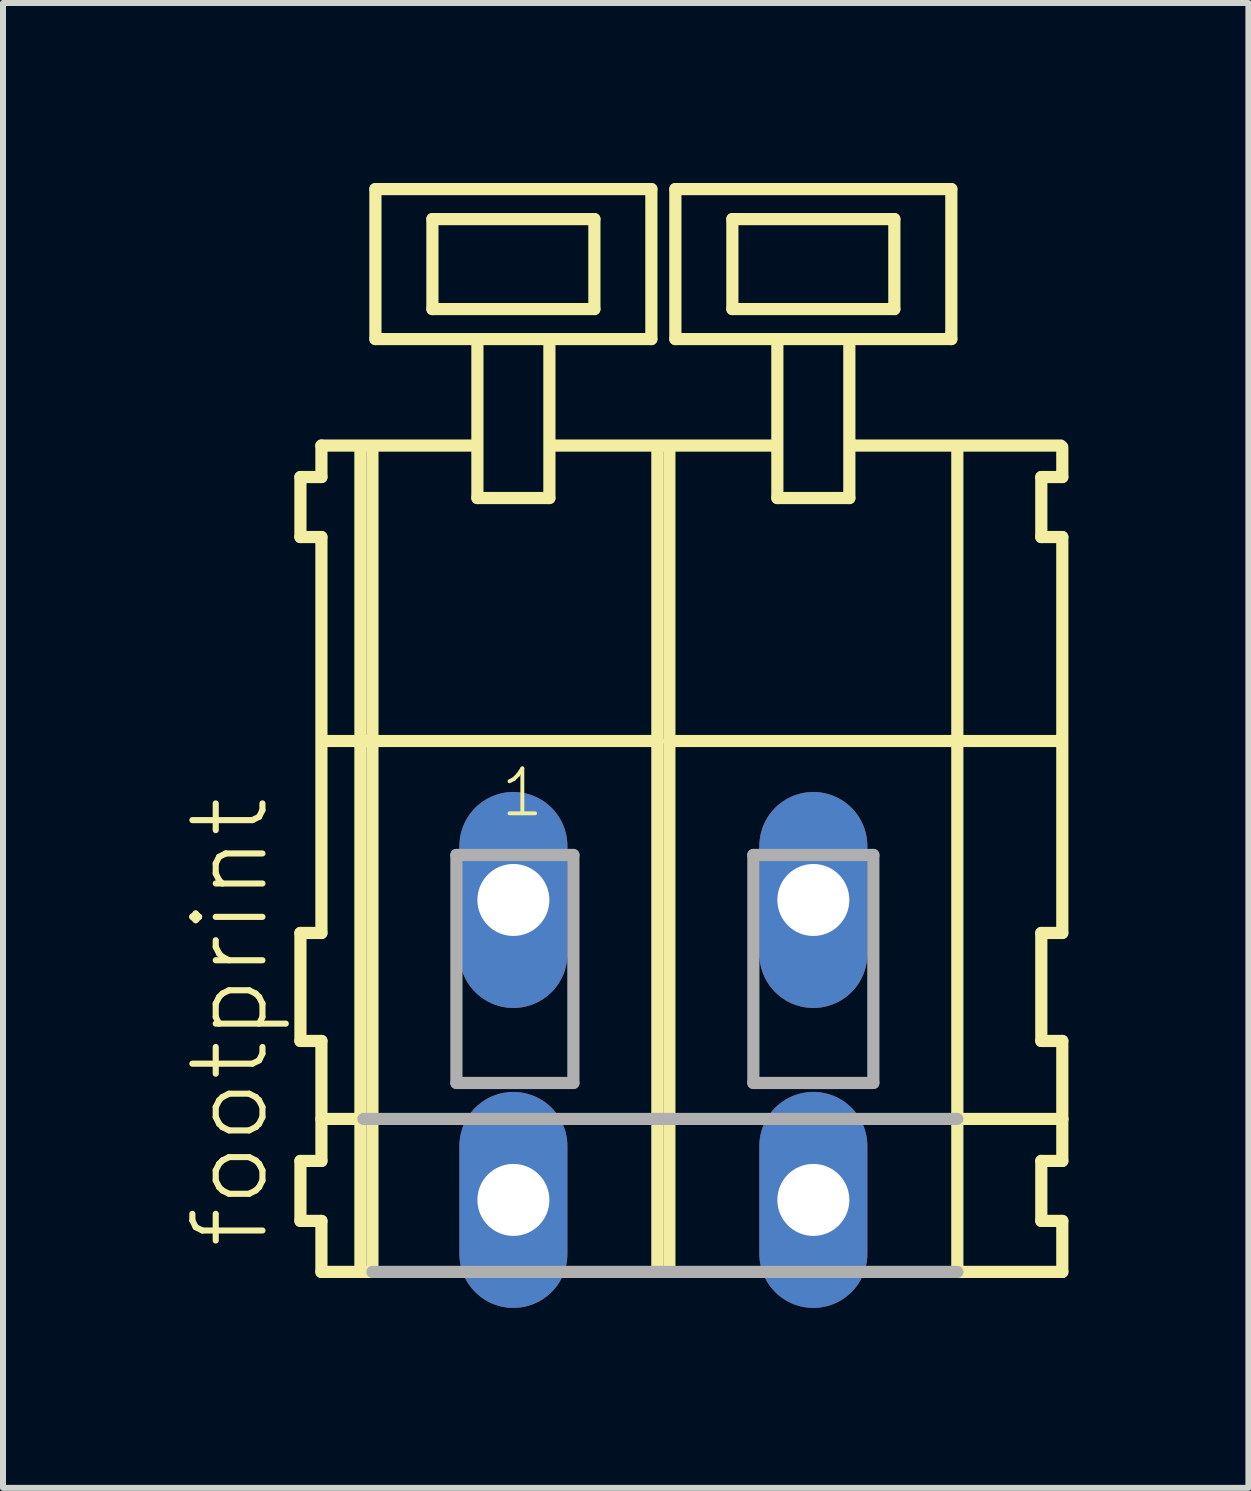
<source format=kicad_pcb>
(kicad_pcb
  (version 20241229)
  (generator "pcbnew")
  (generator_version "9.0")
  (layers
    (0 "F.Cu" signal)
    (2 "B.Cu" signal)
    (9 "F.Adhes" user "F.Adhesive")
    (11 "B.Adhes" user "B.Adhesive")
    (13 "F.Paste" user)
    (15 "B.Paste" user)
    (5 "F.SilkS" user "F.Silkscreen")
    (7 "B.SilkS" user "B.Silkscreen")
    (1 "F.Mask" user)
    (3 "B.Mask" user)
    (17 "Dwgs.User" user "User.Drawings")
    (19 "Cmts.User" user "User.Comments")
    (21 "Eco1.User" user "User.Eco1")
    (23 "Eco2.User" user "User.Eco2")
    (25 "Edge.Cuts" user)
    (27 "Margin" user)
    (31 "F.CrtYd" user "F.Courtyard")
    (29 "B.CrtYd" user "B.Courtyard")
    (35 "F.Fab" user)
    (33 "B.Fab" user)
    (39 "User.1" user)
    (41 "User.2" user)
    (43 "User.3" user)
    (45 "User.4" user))
  (footprint "footprint"
    (layer "F.Cu")
    (at 8.008 11.952)
    (property "Reference" "footprint" (at -6.535 5.855 90) (layer "F.SilkS") (effects (font (size 1.168 1.168) (thickness 0.102)) (justify left bottom)))
    (fp_line (start -6.05 -7.05) (end -6.05 -6.05) (stroke (width 0.203) (type solid)) (layer "F.SilkS"))
    (fp_line (start -6.05 -6.05) (end -5.7 -6.05) (stroke (width 0.203) (type solid)) (layer "F.SilkS"))
    (fp_line (start -6.05 0.55) (end -6.05 2.35) (stroke (width 0.203) (type solid)) (layer "F.SilkS"))
    (fp_line (start -6.05 2.35) (end -5.7 2.35) (stroke (width 0.203) (type solid)) (layer "F.SilkS"))
    (fp_line (start -6.05 4.35) (end -6.05 5.35) (stroke (width 0.203) (type solid)) (layer "F.SilkS"))
    (fp_line (start -6.05 5.35) (end -5.7 5.35) (stroke (width 0.203) (type solid)) (layer "F.SilkS"))
    (fp_line (start -5.7 -7.575) (end -5.7 -7.05) (stroke (width 0.203) (type solid)) (layer "F.SilkS"))
    (fp_line (start -5.7 -7.575) (end -3.125 -7.575) (stroke (width 0.203) (type solid)) (layer "F.SilkS"))
    (fp_line (start -5.7 -7.05) (end -6.05 -7.05) (stroke (width 0.203) (type solid)) (layer "F.SilkS"))
    (fp_line (start -5.7 -6.05) (end -5.7 0.55) (stroke (width 0.203) (type solid)) (layer "F.SilkS"))
    (fp_line (start -5.7 0.55) (end -6.05 0.55) (stroke (width 0.203) (type solid)) (layer "F.SilkS"))
    (fp_line (start -5.7 2.35) (end -5.7 4.35) (stroke (width 0.203) (type solid)) (layer "F.SilkS"))
    (fp_line (start -5.7 3.65) (end -5 3.65) (stroke (width 0.203) (type solid)) (layer "F.SilkS"))
    (fp_line (start -5.7 4.35) (end -6.05 4.35) (stroke (width 0.203) (type solid)) (layer "F.SilkS"))
    (fp_line (start -5.7 5.35) (end -5.7 6.2) (stroke (width 0.203) (type solid)) (layer "F.SilkS"))
    (fp_line (start -5.7 6.2) (end -5.05 6.2) (stroke (width 0.203) (type solid)) (layer "F.SilkS"))
    (fp_line (start -5.65 -2.65) (end -0.1 -2.65) (stroke (width 0.203) (type solid)) (layer "F.SilkS"))
    (fp_line (start -5.05 -7.55) (end -5.05 6.2) (stroke (width 0.203) (type solid)) (layer "F.SilkS"))
    (fp_line (start -5.05 6.2) (end -4.85 6.2) (stroke (width 0.203) (type solid)) (layer "F.SilkS"))
    (fp_line (start -4.85 -7.55) (end -4.85 6.2) (stroke (width 0.203) (type solid)) (layer "F.SilkS"))
    (fp_line (start -4.8 -11.85) (end -4.8 -9.35) (stroke (width 0.203) (type solid)) (layer "F.SilkS"))
    (fp_line (start -4.8 -9.35) (end -3.1 -9.35) (stroke (width 0.203) (type solid)) (layer "F.SilkS"))
    (fp_line (start -3.85 -11.35) (end -3.85 -9.85) (stroke (width 0.203) (type solid)) (layer "F.SilkS"))
    (fp_line (start -3.85 -9.85) (end -1.15 -9.85) (stroke (width 0.203) (type solid)) (layer "F.SilkS"))
    (fp_line (start -3.1 -9.35) (end -3.1 -6.7) (stroke (width 0.203) (type solid)) (layer "F.SilkS"))
    (fp_line (start -3.1 -9.35) (end -1.9 -9.35) (stroke (width 0.203) (type solid)) (layer "F.SilkS"))
    (fp_line (start -3.1 -6.7) (end -1.9 -6.7) (stroke (width 0.203) (type solid)) (layer "F.SilkS"))
    (fp_line (start -1.9 -9.35) (end -0.2 -9.35) (stroke (width 0.203) (type solid)) (layer "F.SilkS"))
    (fp_line (start -1.9 -6.7) (end -1.9 -9.35) (stroke (width 0.203) (type solid)) (layer "F.SilkS"))
    (fp_line (start -1.825 -7.575) (end 1.875 -7.575) (stroke (width 0.203) (type solid)) (layer "F.SilkS"))
    (fp_line (start -1.15 -11.35) (end -3.85 -11.35) (stroke (width 0.203) (type solid)) (layer "F.SilkS"))
    (fp_line (start -1.15 -9.85) (end -1.15 -11.35) (stroke (width 0.203) (type solid)) (layer "F.SilkS"))
    (fp_line (start -0.2 -11.85) (end -4.8 -11.85) (stroke (width 0.203) (type solid)) (layer "F.SilkS"))
    (fp_line (start -0.2 -9.35) (end -0.2 -11.85) (stroke (width 0.203) (type solid)) (layer "F.SilkS"))
    (fp_line (start -0.1 -7.55) (end -0.1 -2.65) (stroke (width 0.203) (type solid)) (layer "F.SilkS"))
    (fp_line (start -0.1 -2.65) (end -0.1 6.2) (stroke (width 0.203) (type solid)) (layer "F.SilkS"))
    (fp_line (start 0.1 -7.55) (end 0.1 -2.65) (stroke (width 0.203) (type solid)) (layer "F.SilkS"))
    (fp_line (start 0.1 -2.65) (end 0.1 6.2) (stroke (width 0.203) (type solid)) (layer "F.SilkS"))
    (fp_line (start 0.1 -2.65) (end 4.9 -2.65) (stroke (width 0.203) (type solid)) (layer "F.SilkS"))
    (fp_line (start 0.2 -11.85) (end 0.2 -9.35) (stroke (width 0.203) (type solid)) (layer "F.SilkS"))
    (fp_line (start 0.2 -9.35) (end 1.9 -9.35) (stroke (width 0.203) (type solid)) (layer "F.SilkS"))
    (fp_line (start 1.15 -11.35) (end 1.15 -9.85) (stroke (width 0.203) (type solid)) (layer "F.SilkS"))
    (fp_line (start 1.15 -9.85) (end 3.85 -9.85) (stroke (width 0.203) (type solid)) (layer "F.SilkS"))
    (fp_line (start 1.9 -9.35) (end 1.9 -6.7) (stroke (width 0.203) (type solid)) (layer "F.SilkS"))
    (fp_line (start 1.9 -9.35) (end 3.1 -9.35) (stroke (width 0.203) (type solid)) (layer "F.SilkS"))
    (fp_line (start 1.9 -6.7) (end 3.1 -6.7) (stroke (width 0.203) (type solid)) (layer "F.SilkS"))
    (fp_line (start 3.1 -9.35) (end 4.8 -9.35) (stroke (width 0.203) (type solid)) (layer "F.SilkS"))
    (fp_line (start 3.1 -6.7) (end 3.1 -9.35) (stroke (width 0.203) (type solid)) (layer "F.SilkS"))
    (fp_line (start 3.125 -7.575) (end 6.625 -7.575) (stroke (width 0.203) (type solid)) (layer "F.SilkS"))
    (fp_line (start 3.85 -11.35) (end 1.15 -11.35) (stroke (width 0.203) (type solid)) (layer "F.SilkS"))
    (fp_line (start 3.85 -9.85) (end 3.85 -11.35) (stroke (width 0.203) (type solid)) (layer "F.SilkS"))
    (fp_line (start 4.8 -11.85) (end 0.2 -11.85) (stroke (width 0.203) (type solid)) (layer "F.SilkS"))
    (fp_line (start 4.8 -9.35) (end 4.8 -11.85) (stroke (width 0.203) (type solid)) (layer "F.SilkS"))
    (fp_line (start 4.9 -7.55) (end 4.9 -2.65) (stroke (width 0.203) (type solid)) (layer "F.SilkS"))
    (fp_line (start 4.9 -2.65) (end 4.9 6.2) (stroke (width 0.203) (type solid)) (layer "F.SilkS"))
    (fp_line (start 4.9 -2.65) (end 6.6 -2.65) (stroke (width 0.203) (type solid)) (layer "F.SilkS"))
    (fp_line (start 4.9 6.2) (end 6.65 6.2) (stroke (width 0.203) (type solid)) (layer "F.SilkS"))
    (fp_line (start 4.95 3.65) (end 6.65 3.65) (stroke (width 0.203) (type solid)) (layer "F.SilkS"))
    (fp_line (start 6.3 -7.05) (end 6.3 -6.05) (stroke (width 0.203) (type solid)) (layer "F.SilkS"))
    (fp_line (start 6.3 -6.05) (end 6.65 -6.05) (stroke (width 0.203) (type solid)) (layer "F.SilkS"))
    (fp_line (start 6.3 0.55) (end 6.3 2.35) (stroke (width 0.203) (type solid)) (layer "F.SilkS"))
    (fp_line (start 6.3 2.35) (end 6.65 2.35) (stroke (width 0.203) (type solid)) (layer "F.SilkS"))
    (fp_line (start 6.3 4.35) (end 6.3 5.35) (stroke (width 0.203) (type solid)) (layer "F.SilkS"))
    (fp_line (start 6.3 5.35) (end 6.65 5.35) (stroke (width 0.203) (type solid)) (layer "F.SilkS"))
    (fp_line (start 6.65 -7.05) (end 6.3 -7.05) (stroke (width 0.203) (type solid)) (layer "F.SilkS"))
    (fp_line (start 6.65 -7.05) (end 6.65 -7.55) (stroke (width 0.203) (type solid)) (layer "F.SilkS"))
    (fp_line (start 6.65 0.55) (end 6.3 0.55) (stroke (width 0.203) (type solid)) (layer "F.SilkS"))
    (fp_line (start 6.65 0.55) (end 6.65 -6.05) (stroke (width 0.203) (type solid)) (layer "F.SilkS"))
    (fp_line (start 6.65 3.65) (end 6.65 2.35) (stroke (width 0.203) (type solid)) (layer "F.SilkS"))
    (fp_line (start 6.65 4.35) (end 6.3 4.35) (stroke (width 0.203) (type solid)) (layer "F.SilkS"))
    (fp_line (start 6.65 4.35) (end 6.65 3.65) (stroke (width 0.203) (type solid)) (layer "F.SilkS"))
    (fp_line (start 6.65 6.2) (end 6.65 5.35) (stroke (width 0.203) (type solid)) (layer "F.SilkS"))
    (fp_line (start -5 3.65) (end 4.9 3.65) (stroke (width 0.203) (type solid)) (layer "F.Fab"))
    (fp_line (start -4.85 6.2) (end 4.9 6.2) (stroke (width 0.203) (type solid)) (layer "F.Fab"))
    (fp_line (start -3.45 -0.75) (end -3.45 3.05) (stroke (width 0.203) (type solid)) (layer "F.Fab"))
    (fp_line (start -3.45 3.05) (end -1.5 3.05) (stroke (width 0.203) (type solid)) (layer "F.Fab"))
    (fp_line (start -1.5 -0.75) (end -3.45 -0.75) (stroke (width 0.203) (type solid)) (layer "F.Fab"))
    (fp_line (start -1.5 3.05) (end -1.5 -0.75) (stroke (width 0.203) (type solid)) (layer "F.Fab"))
    (fp_line (start 1.5 -0.75) (end 1.5 3.05) (stroke (width 0.203) (type solid)) (layer "F.Fab"))
    (fp_line (start 1.5 3.05) (end 3.5 3.05) (stroke (width 0.203) (type solid)) (layer "F.Fab"))
    (fp_line (start 3.5 -0.75) (end 1.5 -0.75) (stroke (width 0.203) (type solid)) (layer "F.Fab"))
    (fp_line (start 3.5 3.05) (end 3.5 -0.75) (stroke (width 0.203) (type solid)) (layer "F.Fab"))
    (fp_text user "1" (at -2.75 -1.35 0) (layer "F.SilkS") (effects (font (size 0.748 0.748) (thickness 0.065)) (justify left bottom)))
    (pad "A1" thru_hole oval (at -2.5 0 90) (size 3.6 1.8) (drill 1.2) (layers "*.Cu" "*.Mask"))
    (pad "A2" thru_hole oval (at 2.5 0 90) (size 3.6 1.8) (drill 1.2) (layers "*.Cu" "*.Mask"))
    (pad "B1" thru_hole oval (at -2.5 5 90) (size 3.6 1.8) (drill 1.2) (layers "*.Cu" "*.Mask"))
    (pad "B2" thru_hole oval (at 2.5 5 90) (size 3.6 1.8) (drill 1.2) (layers "*.Cu" "*.Mask")))
  (gr_rect
    (start -3 -3)
    (end 17.76 21.752)
    (stroke (width 0.1) (type default))
    (fill no)
    (layer "Edge.Cuts")))
</source>
